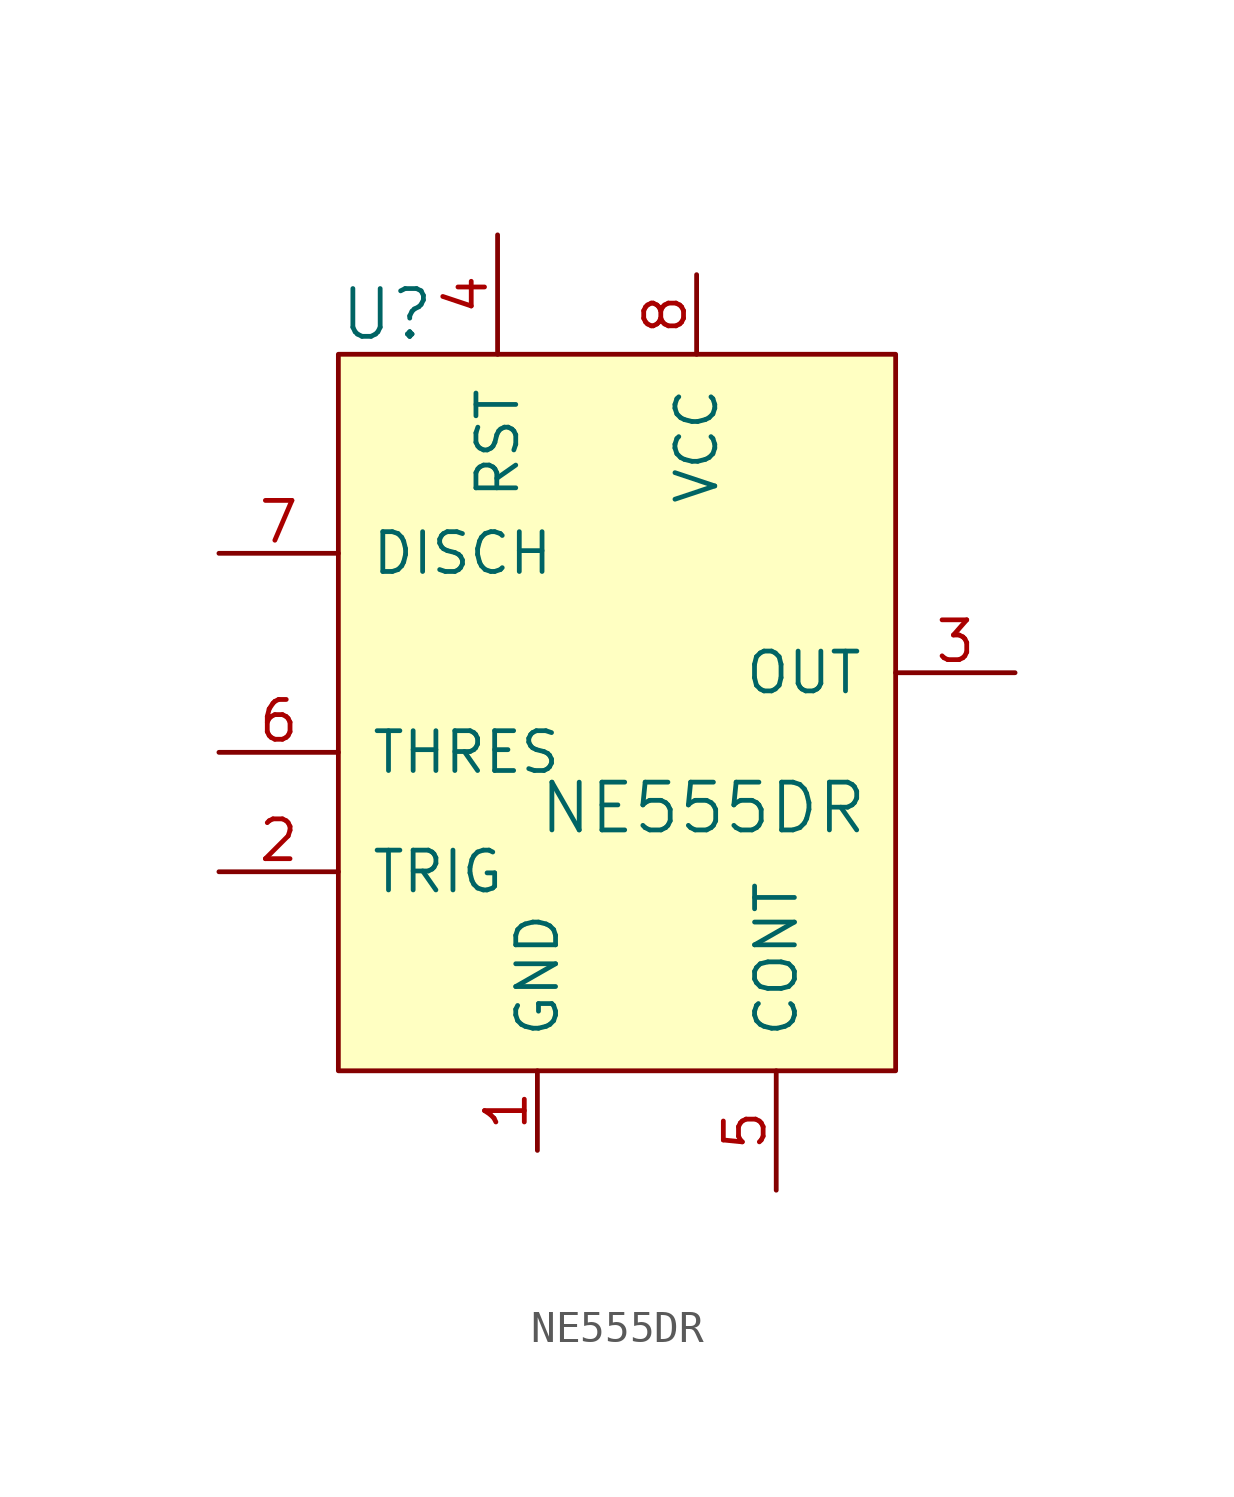
<source format=kicad_sym>
(kicad_symbol_lib
  (version 20231120)
  (generator "kicad_symbol_editor")
  (generator_version "8.0")
  (symbol "NE555DR"
    (pin_names
      (offset 1.016))
    (property "Reference" "U"
      (at -8.89 1.27 0)
      (effects (font (size 1.524 1.524)) (justify left)))
    (property "Value" "NE555DR"
      (at -2.54 -14.478 0)
      (effects (font (size 1.524 1.524)) (justify left)))
    (symbol "NE555DR_0_1"
      (rectangle (start -8.89 0) (end 8.89 -22.86) (stroke (width 0) (type solid)) (fill (type background))))
    (symbol "NE555DR_1_1"
      (pin power_in line (at -2.54 -25.4 90) (length 2.54) (name "GND" (effects (font (size 1.27 1.27)))) (number "1" (effects (font (size 1.27 1.27)))))
      (pin input line (at -12.7 -16.51 0) (length 3.81) (name "TRIG" (effects (font (size 1.27 1.27)))) (number "2" (effects (font (size 1.27 1.27)))))
      (pin output line (at 12.7 -10.16 180) (length 3.81) (name "OUT" (effects (font (size 1.27 1.27)))) (number "3" (effects (font (size 1.27 1.27)))))
      (pin input line (at -3.81 3.81 270) (length 3.81) (name "RST" (effects (font (size 1.27 1.27)))) (number "4" (effects (font (size 1.27 1.27)))))
      (pin bidirectional line (at 5.08 -26.67 90) (length 3.81) (name "CONT" (effects (font (size 1.27 1.27)))) (number "5" (effects (font (size 1.27 1.27)))))
      (pin input line (at -12.7 -12.7 0) (length 3.81) (name "THRES" (effects (font (size 1.27 1.27)))) (number "6" (effects (font (size 1.27 1.27)))))
      (pin output line (at -12.7 -6.35 0) (length 3.81) (name "DISCH" (effects (font (size 1.27 1.27)))) (number "7" (effects (font (size 1.27 1.27)))))
      (pin power_in line (at 2.54 2.54 270) (length 2.54) (name "VCC" (effects (font (size 1.27 1.27)))) (number "8" (effects (font (size 1.27 1.27))))))))
</source>
